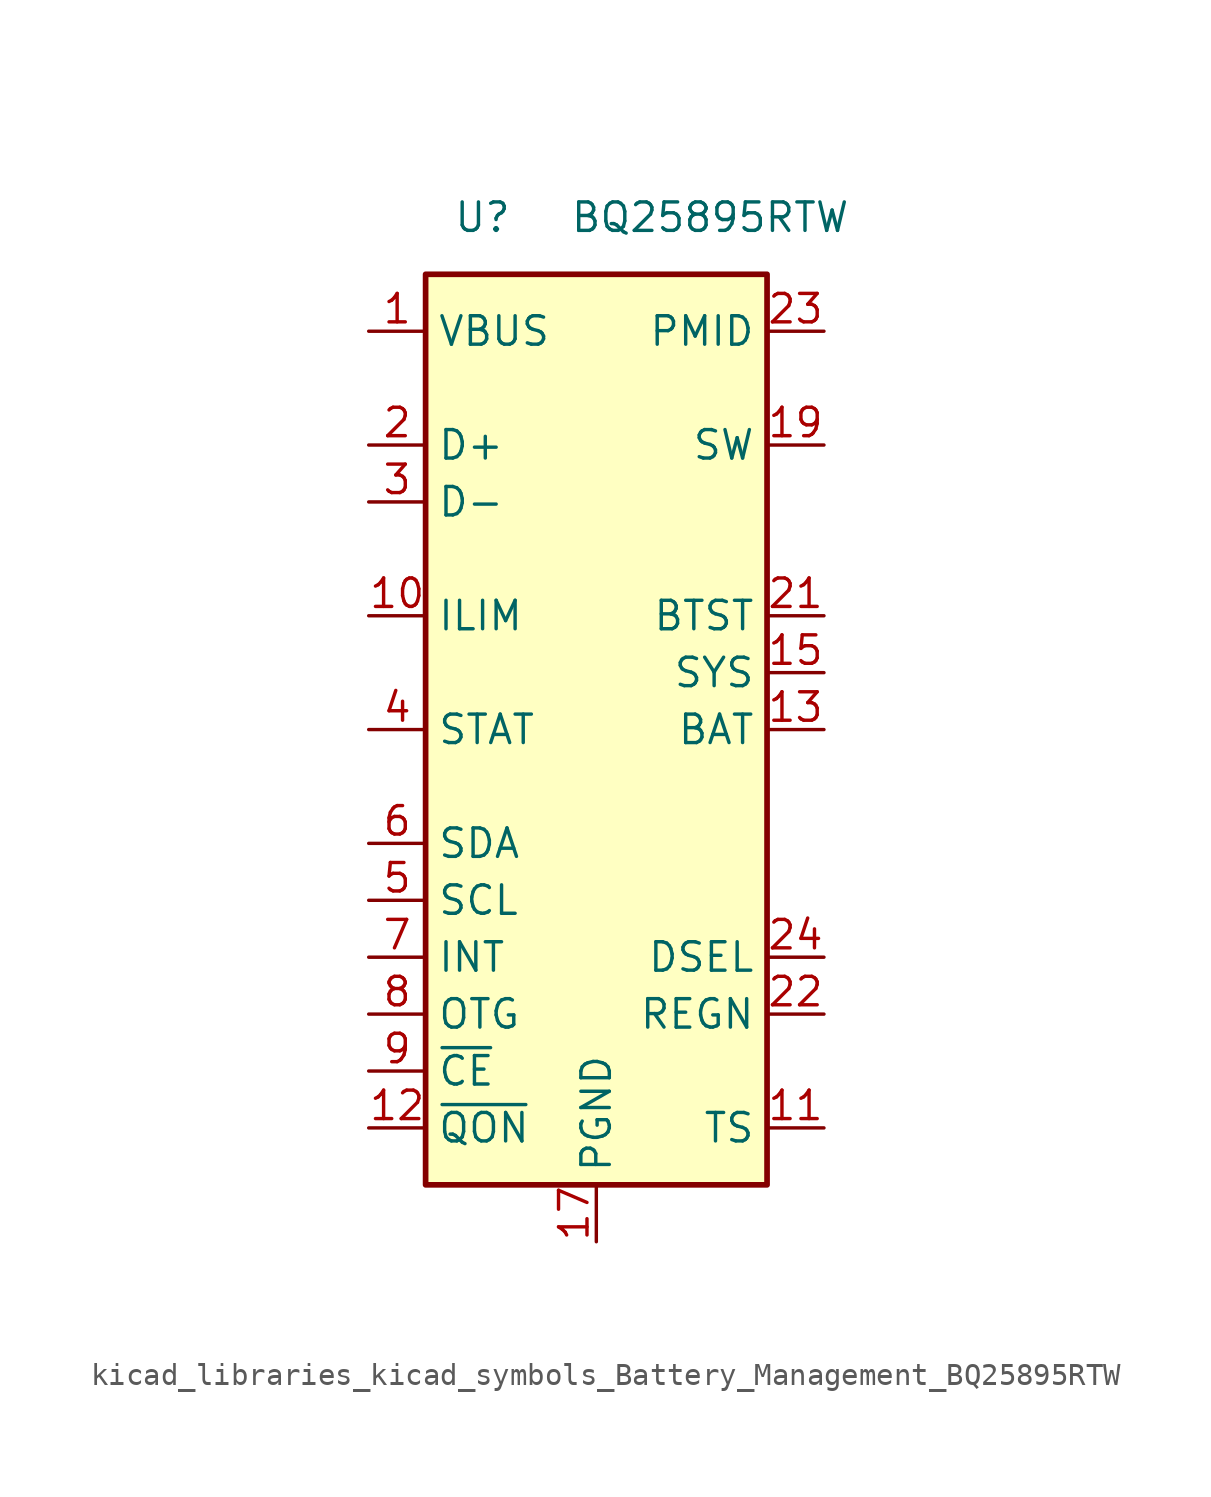
<source format=kicad_sym>
(kicad_symbol_lib
  (version 20220914)
  (generator kicad_symbol_editor)
  (symbol "kicad_libraries_kicad_symbols_Battery_Management_BQ25895RTW"
    (property "Reference" "U"
      (at -5.08 22.86 0)
      (effects (font (size 1.27 1.27))))
    (property "Value" "BQ25895RTW"
      (at 5.08 22.86 0)
      (effects (font (size 1.27 1.27))))
    (symbol "kicad_libraries_kicad_symbols_Battery_Management_BQ25895RTW_0_1"
      (rectangle (start -7.62 20.32) (end 7.62 -20.32) (stroke (width 0.254) (type default)) (fill (type background))))
    (symbol "kicad_libraries_kicad_symbols_Battery_Management_BQ25895RTW_1_1"
      (pin power_in line (at -10.16 17.78 0) (length 2.54) (name "VBUS" (effects (font (size 1.27 1.27)))) (number "1" (effects (font (size 1.27 1.27)))))
      (pin passive line (at -10.16 5.08 0) (length 2.54) (name "ILIM" (effects (font (size 1.27 1.27)))) (number "10" (effects (font (size 1.27 1.27)))))
      (pin passive line (at 10.16 -17.78 180) (length 2.54) (name "TS" (effects (font (size 1.27 1.27)))) (number "11" (effects (font (size 1.27 1.27)))))
      (pin input line (at -10.16 -17.78 0) (length 2.54) (name "~{QON}" (effects (font (size 1.27 1.27)))) (number "12" (effects (font (size 1.27 1.27)))))
      (pin passive line (at 10.16 0 180) (length 2.54) (name "BAT" (effects (font (size 1.27 1.27)))) (number "13" (effects (font (size 1.27 1.27)))))
      (pin passive line (at 10.16 0 180) (length 2.54) hide (name "BAT" (effects (font (size 1.27 1.27)))) (number "14" (effects (font (size 1.27 1.27)))))
      (pin passive line (at 10.16 2.54 180) (length 2.54) (name "SYS" (effects (font (size 1.27 1.27)))) (number "15" (effects (font (size 1.27 1.27)))))
      (pin passive line (at 10.16 2.54 180) (length 2.54) hide (name "SYS" (effects (font (size 1.27 1.27)))) (number "16" (effects (font (size 1.27 1.27)))))
      (pin power_in line (at 0 -22.86 90) (length 2.54) (name "PGND" (effects (font (size 1.27 1.27)))) (number "17" (effects (font (size 1.27 1.27)))))
      (pin passive line (at 0 -22.86 90) (length 2.54) hide (name "PGND" (effects (font (size 1.27 1.27)))) (number "18" (effects (font (size 1.27 1.27)))))
      (pin power_out line (at 10.16 12.7 180) (length 2.54) (name "SW" (effects (font (size 1.27 1.27)))) (number "19" (effects (font (size 1.27 1.27)))))
      (pin bidirectional line (at -10.16 12.7 0) (length 2.54) (name "D+" (effects (font (size 1.27 1.27)))) (number "2" (effects (font (size 1.27 1.27)))))
      (pin passive line (at 10.16 12.7 180) (length 2.54) hide (name "SW" (effects (font (size 1.27 1.27)))) (number "20" (effects (font (size 1.27 1.27)))))
      (pin passive line (at 10.16 5.08 180) (length 2.54) (name "BTST" (effects (font (size 1.27 1.27)))) (number "21" (effects (font (size 1.27 1.27)))))
      (pin passive line (at 10.16 -12.7 180) (length 2.54) (name "REGN" (effects (font (size 1.27 1.27)))) (number "22" (effects (font (size 1.27 1.27)))))
      (pin power_out line (at 10.16 17.78 180) (length 2.54) (name "PMID" (effects (font (size 1.27 1.27)))) (number "23" (effects (font (size 1.27 1.27)))))
      (pin open_collector line (at 10.16 -10.16 180) (length 2.54) (name "DSEL" (effects (font (size 1.27 1.27)))) (number "24" (effects (font (size 1.27 1.27)))))
      (pin passive line (at 0 -22.86 90) (length 2.54) hide (name "PGND" (effects (font (size 1.27 1.27)))) (number "25" (effects (font (size 1.27 1.27)))))
      (pin bidirectional line (at -10.16 10.16 0) (length 2.54) (name "D-" (effects (font (size 1.27 1.27)))) (number "3" (effects (font (size 1.27 1.27)))))
      (pin open_collector line (at -10.16 0 0) (length 2.54) (name "STAT" (effects (font (size 1.27 1.27)))) (number "4" (effects (font (size 1.27 1.27)))))
      (pin input line (at -10.16 -7.62 0) (length 2.54) (name "SCL" (effects (font (size 1.27 1.27)))) (number "5" (effects (font (size 1.27 1.27)))))
      (pin bidirectional line (at -10.16 -5.08 0) (length 2.54) (name "SDA" (effects (font (size 1.27 1.27)))) (number "6" (effects (font (size 1.27 1.27)))))
      (pin open_collector line (at -10.16 -10.16 0) (length 2.54) (name "INT" (effects (font (size 1.27 1.27)))) (number "7" (effects (font (size 1.27 1.27)))))
      (pin input line (at -10.16 -12.7 0) (length 2.54) (name "OTG" (effects (font (size 1.27 1.27)))) (number "8" (effects (font (size 1.27 1.27)))))
      (pin input line (at -10.16 -15.24 0) (length 2.54) (name "~{CE}" (effects (font (size 1.27 1.27)))) (number "9" (effects (font (size 1.27 1.27))))))))
</source>
